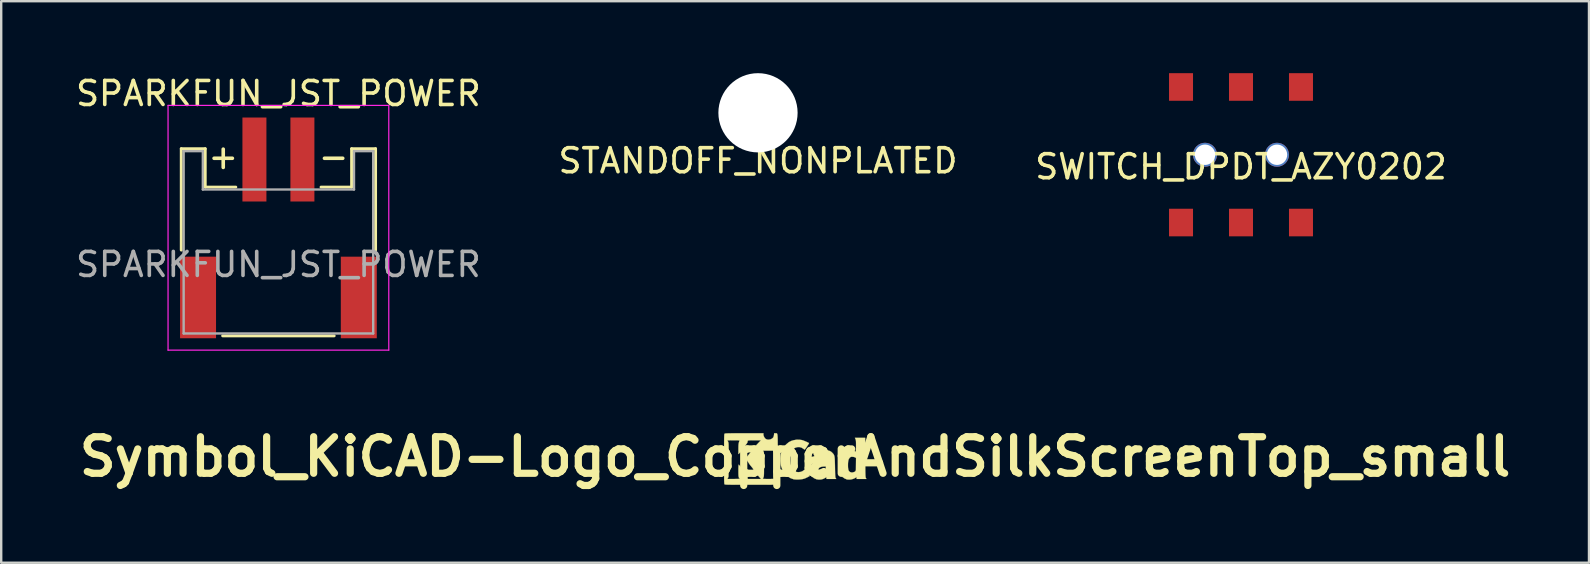
<source format=kicad_pcb>
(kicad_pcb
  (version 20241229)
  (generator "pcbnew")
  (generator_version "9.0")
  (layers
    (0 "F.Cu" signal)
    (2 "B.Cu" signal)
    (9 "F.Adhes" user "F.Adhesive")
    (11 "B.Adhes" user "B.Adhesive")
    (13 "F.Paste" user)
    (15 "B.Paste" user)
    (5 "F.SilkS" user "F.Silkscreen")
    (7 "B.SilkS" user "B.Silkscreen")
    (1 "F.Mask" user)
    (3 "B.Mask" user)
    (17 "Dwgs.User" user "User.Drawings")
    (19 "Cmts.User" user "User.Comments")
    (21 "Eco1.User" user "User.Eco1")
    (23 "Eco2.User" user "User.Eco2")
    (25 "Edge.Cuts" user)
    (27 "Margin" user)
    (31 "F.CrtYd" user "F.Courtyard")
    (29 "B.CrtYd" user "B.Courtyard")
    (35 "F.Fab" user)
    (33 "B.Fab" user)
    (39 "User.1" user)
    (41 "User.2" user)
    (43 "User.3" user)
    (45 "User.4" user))
  (footprint "SWITCH_DPDT_AZY0202"
    (layer "F.Cu")
    (at 48.673 3.4)
    (property "Reference" "SWITCH_DPDT_AZY0202" (at 0 0.5 0) (layer "F.SilkS") (effects (font (size 1 1) (thickness 0.15))))
    (attr through_hole)
    (pad "" np_thru_hole circle (at -1.5 0) (size 1 1) (drill 0.85) (layers "*.Cu" "*.Mask"))
    (pad "" np_thru_hole circle (at 1.5 0) (size 1 1) (drill 0.85) (layers "*.Cu" "*.Mask"))
    (pad "1" smd rect (at -2.5 -2.825) (size 1 1.15) (layers "F.Cu" "F.Mask" "F.Paste"))
    (pad "2" smd rect (at 0 -2.825) (size 1 1.15) (layers "F.Cu" "F.Mask" "F.Paste"))
    (pad "4" smd rect (at -2.5 2.825) (size 1 1.15) (layers "F.Cu" "F.Mask" "F.Paste"))
    (pad "5" smd rect (at 0 2.825) (size 1 1.15) (layers "F.Cu" "F.Mask" "F.Paste"))
    (pad "6" smd rect (at 2.5 -2.825) (size 1 1.15) (layers "F.Cu" "F.Mask" "F.Paste"))
    (pad "6" smd rect (at 2.5 2.825) (size 1 1.15) (layers "F.Cu" "F.Mask" "F.Paste")))
  (footprint "STANDOFF_NONPLATED"
    (layer "F.Cu")
    (at 28.542 1.651)
    (property "Reference" "STANDOFF_NONPLATED" (at 0 2 0) (layer "F.SilkS") (effects (font (size 1 1) (thickness 0.15))))
    (attr through_hole)
    (pad "" np_thru_hole circle (at 0 0) (size 3.302 3.302) (drill 3.302) (layers "*.Cu" "*.Mask")))
  (footprint "Symbol_KiCAD-Logo_CopperAndSilkScreenTop_small"
    (layer "F.Cu")
    (at 30.088 15.986)
    (property "Reference" "Symbol_KiCAD-Logo_CopperAndSilkScreenTop_small" (at 0 0 0) (layer "F.SilkS") (effects (font (size 1.524 1.524) (thickness 0.3))))
    (attr through_hole)
    (fp_poly (pts (xy -1.022 -1.137) (xy -0.963 -1.104) (xy -0.916 -1.052) (xy -0.895 -1.009) (xy -0.879 -0.94) (xy -0.884 -0.871) (xy -0.908 -0.81) (xy -0.914 -0.801) (xy -0.959 -0.757) (xy -1.018 -0.727) (xy -1.085 -0.712) (xy -1.151 -0.714) (xy -1.21 -0.734) (xy -1.22 -0.74) (xy -1.262 -0.779) (xy -1.296 -0.834) (xy -1.317 -0.892) (xy -1.321 -0.927) (xy -1.311 -0.982) (xy -1.286 -1.039) (xy -1.251 -1.088) (xy -1.223 -1.113) (xy -1.157 -1.143) (xy -1.088 -1.151) (xy -1.022 -1.137)) (stroke (width 0.01) (type solid)) (fill yes) (layer "F.Mask"))
    (fp_poly (pts (xy -0.902 0.296) (xy -0.902 0.432) (xy -0.901 0.544) (xy -0.9 0.636) (xy -0.899 0.709) (xy -0.898 0.765) (xy -0.896 0.807) (xy -0.893 0.836) (xy -0.889 0.856) (xy -0.885 0.868) (xy -0.883 0.871) (xy -0.87 0.889) (xy -0.865 0.904) (xy -0.87 0.914) (xy -0.888 0.92) (xy -0.922 0.924) (xy -0.974 0.926) (xy -1.048 0.927) (xy -1.105 0.927) (xy -1.18 0.927) (xy -1.246 0.926) (xy -1.298 0.924) (xy -1.333 0.923) (xy -1.346 0.92) (xy -1.346 0.92) (xy -1.341 0.906) (xy -1.328 0.877) (xy -1.321 0.864) (xy -1.314 0.85) (xy -1.309 0.835) (xy -1.305 0.815) (xy -1.302 0.79) (xy -1.299 0.754) (xy -1.298 0.708) (xy -1.296 0.646) (xy -1.296 0.568) (xy -1.295 0.47) (xy -1.295 0.35) (xy -1.295 0.317) (xy -1.296 0.189) (xy -1.296 0.083) (xy -1.297 -0.002) (xy -1.298 -0.069) (xy -1.3 -0.121) (xy -1.303 -0.159) (xy -1.306 -0.186) (xy -1.31 -0.205) (xy -1.315 -0.217) (xy -1.334 -0.254) (xy -0.902 -0.254) (xy -0.902 0.296)) (stroke (width 0.01) (type solid)) (fill yes) (layer "F.Mask"))
    (fp_poly (pts (xy -1.693 -0.686) (xy -1.42 -0.686) (xy -1.52 -0.585) (xy -1.685 -0.404) (xy -1.792 -0.267) (xy -1.831 -0.215) (xy -1.878 -0.155) (xy -1.928 -0.093) (xy -1.976 -0.036) (xy -2.016 0.01) (xy -2.028 0.024) (xy -2.069 0.068) (xy -2.034 0.113) (xy -1.966 0.208) (xy -1.923 0.278) (xy -1.895 0.319) (xy -1.864 0.358) (xy -1.862 0.361) (xy -1.827 0.403) (xy -1.787 0.454) (xy -1.746 0.509) (xy -1.707 0.562) (xy -1.676 0.607) (xy -1.658 0.635) (xy -1.641 0.662) (xy -1.612 0.701) (xy -1.576 0.747) (xy -1.538 0.792) (xy -1.504 0.832) (xy -1.486 0.851) (xy -1.474 0.864) (xy -1.453 0.888) (xy -1.449 0.892) (xy -1.418 0.927) (xy -1.981 0.927) (xy -1.981 0.888) (xy -1.99 0.85) (xy -2.013 0.797) (xy -2.05 0.734) (xy -2.097 0.665) (xy -2.141 0.608) (xy -2.176 0.562) (xy -2.209 0.516) (xy -2.233 0.48) (xy -2.236 0.474) (xy -2.256 0.441) (xy -2.273 0.417) (xy -2.278 0.413) (xy -2.295 0.393) (xy -2.315 0.365) (xy -2.334 0.341) (xy -2.349 0.33) (xy -2.35 0.33) (xy -2.354 0.343) (xy -2.358 0.378) (xy -2.36 0.435) (xy -2.362 0.511) (xy -2.362 0.578) (xy -2.362 0.668) (xy -2.361 0.736) (xy -2.358 0.786) (xy -2.355 0.822) (xy -2.349 0.848) (xy -2.342 0.867) (xy -2.341 0.867) (xy -2.324 0.897) (xy -2.308 0.916) (xy -2.306 0.917) (xy -2.314 0.92) (xy -2.344 0.923) (xy -2.392 0.925) (xy -2.455 0.926) (xy -2.53 0.927) (xy -2.556 0.927) (xy -2.819 0.927) (xy -2.804 0.892) (xy -2.79 0.863) (xy -2.779 0.845) (xy -2.777 0.831) (xy -2.775 0.793) (xy -2.774 0.734) (xy -2.772 0.658) (xy -2.771 0.565) (xy -2.77 0.458) (xy -2.769 0.34) (xy -2.769 0.213) (xy -2.769 0.127) (xy -2.769 -0.025) (xy -2.769 -0.154) (xy -2.769 -0.261) (xy -2.77 -0.35) (xy -2.771 -0.421) (xy -2.772 -0.478) (xy -2.774 -0.522) (xy -2.776 -0.555) (xy -2.779 -0.58) (xy -2.782 -0.598) (xy -2.786 -0.612) (xy -2.792 -0.624) (xy -2.794 -0.629) (xy -2.809 -0.66) (xy -2.818 -0.679) (xy -2.819 -0.682) (xy -2.807 -0.683) (xy -2.774 -0.684) (xy -2.722 -0.685) (xy -2.657 -0.686) (xy -2.581 -0.686) (xy -2.564 -0.686) (xy -2.477 -0.686) (xy -2.413 -0.685) (xy -2.368 -0.684) (xy -2.339 -0.681) (xy -2.323 -0.678) (xy -2.317 -0.673) (xy -2.317 -0.666) (xy -2.318 -0.664) (xy -2.335 -0.619) (xy -2.347 -0.575) (xy -2.355 -0.525) (xy -2.36 -0.465) (xy -2.362 -0.389) (xy -2.362 -0.319) (xy -2.362 -0.11) (xy -2.324 -0.146) (xy -2.3 -0.171) (xy -2.287 -0.19) (xy -2.286 -0.193) (xy -2.278 -0.206) (xy -2.259 -0.233) (xy -2.231 -0.268) (xy -2.2 -0.306) (xy -2.171 -0.341) (xy -2.147 -0.368) (xy -2.133 -0.381) (xy -2.122 -0.395) (xy -2.103 -0.423) (xy -2.089 -0.445) (xy -2.06 -0.488) (xy -2.029 -0.532) (xy -2.017 -0.546) (xy -1.995 -0.579) (xy -1.982 -0.61) (xy -1.981 -0.618) (xy -1.981 -0.64) (xy -1.978 -0.656) (xy -1.97 -0.668) (xy -1.952 -0.677) (xy -1.923 -0.682) (xy -1.879 -0.684) (xy -1.818 -0.686) (xy -1.735 -0.686) (xy -1.693 -0.686)) (stroke (width 0.01) (type solid)) (fill yes) (layer "F.Mask"))
    (fp_poly (pts (xy 0.272 -0.697) (xy 0.293 -0.692) (xy 0.328 -0.681) (xy 0.376 -0.663) (xy 0.43 -0.64) (xy 0.483 -0.617) (xy 0.531 -0.595) (xy 0.566 -0.577) (xy 0.581 -0.566) (xy 0.576 -0.555) (xy 0.56 -0.527) (xy 0.536 -0.489) (xy 0.507 -0.444) (xy 0.476 -0.398) (xy 0.446 -0.355) (xy 0.422 -0.321) (xy 0.405 -0.3) (xy 0.391 -0.301) (xy 0.365 -0.316) (xy 0.343 -0.333) (xy 0.271 -0.379) (xy 0.188 -0.402) (xy 0.109 -0.403) (xy 0.024 -0.383) (xy -0.048 -0.341) (xy -0.107 -0.279) (xy -0.152 -0.196) (xy -0.182 -0.093) (xy -0.198 0.028) (xy -0.2 0.165) (xy -0.189 0.289) (xy -0.167 0.392) (xy -0.131 0.476) (xy -0.082 0.544) (xy -0.019 0.596) (xy -0.004 0.606) (xy 0.035 0.626) (xy 0.071 0.636) (xy 0.115 0.64) (xy 0.146 0.641) (xy 0.226 0.633) (xy 0.295 0.609) (xy 0.362 0.565) (xy 0.387 0.544) (xy 0.415 0.522) (xy 0.433 0.51) (xy 0.437 0.509) (xy 0.448 0.526) (xy 0.467 0.558) (xy 0.493 0.601) (xy 0.521 0.649) (xy 0.549 0.698) (xy 0.575 0.742) (xy 0.595 0.778) (xy 0.606 0.8) (xy 0.608 0.804) (xy 0.595 0.811) (xy 0.566 0.826) (xy 0.527 0.847) (xy 0.525 0.848) (xy 0.444 0.888) (xy 0.372 0.916) (xy 0.301 0.933) (xy 0.221 0.943) (xy 0.146 0.947) (xy 0.05 0.948) (xy -0.026 0.943) (xy -0.072 0.935) (xy -0.188 0.893) (xy -0.294 0.828) (xy -0.389 0.744) (xy -0.471 0.642) (xy -0.536 0.524) (xy -0.584 0.393) (xy -0.586 0.385) (xy -0.604 0.292) (xy -0.614 0.184) (xy -0.615 0.073) (xy -0.607 -0.035) (xy -0.59 -0.129) (xy -0.586 -0.145) (xy -0.535 -0.282) (xy -0.464 -0.405) (xy -0.373 -0.513) (xy -0.265 -0.603) (xy -0.254 -0.61) (xy -0.165 -0.656) (xy -0.061 -0.689) (xy 0.051 -0.708) (xy 0.165 -0.71) (xy 0.272 -0.697)) (stroke (width 0.01) (type solid)) (fill yes) (layer "F.SilkS"))
    (fp_poly (pts (xy 2.924 0.029) (xy 2.925 0.194) (xy 2.925 0.335) (xy 2.926 0.455) (xy 2.927 0.555) (xy 2.928 0.638) (xy 2.93 0.704) (xy 2.931 0.757) (xy 2.933 0.798) (xy 2.936 0.828) (xy 2.939 0.851) (xy 2.942 0.867) (xy 2.946 0.879) (xy 2.95 0.886) (xy 2.972 0.927) (xy 2.565 0.927) (xy 2.565 0.889) (xy 2.564 0.862) (xy 2.56 0.851) (xy 2.56 0.851) (xy 2.547 0.857) (xy 2.52 0.874) (xy 2.507 0.883) (xy 2.441 0.916) (xy 2.361 0.94) (xy 2.277 0.952) (xy 2.196 0.95) (xy 2.146 0.941) (xy 2.054 0.9) (xy 1.972 0.839) (xy 1.904 0.763) (xy 1.874 0.712) (xy 1.84 0.633) (xy 1.818 0.55) (xy 1.806 0.456) (xy 1.804 0.362) (xy 1.804 0.356) (xy 2.204 0.356) (xy 2.206 0.443) (xy 2.213 0.51) (xy 2.226 0.56) (xy 2.245 0.597) (xy 2.273 0.625) (xy 2.29 0.636) (xy 2.343 0.655) (xy 2.406 0.654) (xy 2.473 0.632) (xy 2.485 0.626) (xy 2.534 0.601) (xy 2.537 0.326) (xy 2.54 0.052) (xy 2.507 0.03) (xy 2.475 0.016) (xy 2.43 0.006) (xy 2.401 0.003) (xy 2.357 0.001) (xy 2.328 0.006) (xy 2.302 0.02) (xy 2.289 0.031) (xy 2.256 0.068) (xy 2.231 0.115) (xy 2.215 0.178) (xy 2.206 0.258) (xy 2.204 0.356) (xy 1.804 0.356) (xy 1.812 0.214) (xy 1.836 0.085) (xy 1.875 -0.027) (xy 1.929 -0.119) (xy 1.999 -0.191) (xy 2.082 -0.244) (xy 2.179 -0.275) (xy 2.199 -0.279) (xy 2.257 -0.283) (xy 2.321 -0.279) (xy 2.384 -0.27) (xy 2.44 -0.255) (xy 2.484 -0.236) (xy 2.508 -0.216) (xy 2.519 -0.204) (xy 2.527 -0.206) (xy 2.532 -0.226) (xy 2.536 -0.264) (xy 2.539 -0.322) (xy 2.54 -0.403) (xy 2.54 -0.448) (xy 2.54 -0.535) (xy 2.539 -0.601) (xy 2.537 -0.649) (xy 2.533 -0.684) (xy 2.528 -0.71) (xy 2.521 -0.73) (xy 2.516 -0.74) (xy 2.492 -0.787) (xy 2.92 -0.787) (xy 2.924 0.029)) (stroke (width 0.01) (type solid)) (fill yes) (layer "F.SilkS"))
    (fp_poly (pts (xy 1.314 -0.274) (xy 1.402 -0.254) (xy 1.461 -0.232) (xy 1.508 -0.204) (xy 1.549 -0.167) (xy 1.575 -0.139) (xy 1.597 -0.114) (xy 1.615 -0.087) (xy 1.628 -0.055) (xy 1.639 -0.017) (xy 1.647 0.031) (xy 1.652 0.092) (xy 1.656 0.168) (xy 1.659 0.262) (xy 1.662 0.378) (xy 1.663 0.439) (xy 1.665 0.555) (xy 1.667 0.648) (xy 1.669 0.721) (xy 1.672 0.778) (xy 1.675 0.819) (xy 1.678 0.849) (xy 1.683 0.87) (xy 1.688 0.885) (xy 1.693 0.893) (xy 1.715 0.927) (xy 1.31 0.927) (xy 1.302 0.85) (xy 1.252 0.884) (xy 1.174 0.924) (xy 1.084 0.947) (xy 0.989 0.952) (xy 0.897 0.939) (xy 0.88 0.934) (xy 0.787 0.893) (xy 0.712 0.834) (xy 0.655 0.76) (xy 0.619 0.671) (xy 0.605 0.57) (xy 0.604 0.559) (xy 0.605 0.544) (xy 0.969 0.544) (xy 0.971 0.589) (xy 0.976 0.604) (xy 1.007 0.645) (xy 1.055 0.672) (xy 1.112 0.684) (xy 1.171 0.678) (xy 1.19 0.672) (xy 1.233 0.651) (xy 1.261 0.625) (xy 1.276 0.588) (xy 1.282 0.533) (xy 1.283 0.506) (xy 1.283 0.406) (xy 1.2 0.406) (xy 1.118 0.414) (xy 1.049 0.435) (xy 1.001 0.466) (xy 0.98 0.499) (xy 0.969 0.544) (xy 0.605 0.544) (xy 0.606 0.502) (xy 0.613 0.458) (xy 0.627 0.416) (xy 0.639 0.391) (xy 0.691 0.313) (xy 0.763 0.25) (xy 0.855 0.202) (xy 0.966 0.171) (xy 1.097 0.155) (xy 1.167 0.153) (xy 1.286 0.152) (xy 1.279 0.101) (xy 1.261 0.044) (xy 1.225 0.005) (xy 1.172 -0.017) (xy 1.102 -0.021) (xy 1.016 -0.007) (xy 0.927 0.02) (xy 0.885 0.034) (xy 0.853 0.041) (xy 0.837 0.041) (xy 0.836 0.041) (xy 0.828 0.025) (xy 0.813 -0.008) (xy 0.794 -0.052) (xy 0.774 -0.099) (xy 0.757 -0.145) (xy 0.743 -0.181) (xy 0.737 -0.202) (xy 0.737 -0.203) (xy 0.747 -0.213) (xy 0.769 -0.216) (xy 0.795 -0.219) (xy 0.838 -0.227) (xy 0.893 -0.239) (xy 0.931 -0.249) (xy 1.064 -0.274) (xy 1.193 -0.283) (xy 1.314 -0.274)) (stroke (width 0.01) (type solid)) (fill yes) (layer "F.SilkS"))
    (fp_poly (pts (xy -0.774 -0.979) (xy -0.763 -0.975) (xy -0.754 -0.967) (xy -0.747 -0.952) (xy -0.74 -0.93) (xy -0.735 -0.899) (xy -0.731 -0.856) (xy -0.728 -0.802) (xy -0.726 -0.733) (xy -0.725 -0.648) (xy -0.724 -0.546) (xy -0.724 -0.425) (xy -0.724 -0.284) (xy -0.724 -0.121) (xy -0.724 0.066) (xy -0.724 0.095) (xy -0.724 0.283) (xy -0.724 0.447) (xy -0.724 0.589) (xy -0.725 0.71) (xy -0.725 0.812) (xy -0.726 0.897) (xy -0.727 0.966) (xy -0.729 1.022) (xy -0.73 1.065) (xy -0.732 1.097) (xy -0.735 1.119) (xy -0.738 1.135) (xy -0.741 1.144) (xy -0.744 1.148) (xy -0.749 1.152) (xy -0.759 1.155) (xy -0.776 1.158) (xy -0.8 1.16) (xy -0.833 1.162) (xy -0.877 1.164) (xy -0.934 1.165) (xy -1.005 1.166) (xy -1.091 1.167) (xy -1.195 1.168) (xy -1.318 1.168) (xy -1.461 1.168) (xy -1.626 1.168) (xy -1.814 1.168) (xy -1.842 1.168) (xy -2.033 1.168) (xy -2.202 1.168) (xy -2.347 1.168) (xy -2.473 1.168) (xy -2.579 1.167) (xy -2.667 1.166) (xy -2.74 1.165) (xy -2.799 1.164) (xy -2.845 1.162) (xy -2.879 1.16) (xy -2.905 1.158) (xy -2.922 1.155) (xy -2.933 1.152) (xy -2.939 1.149) (xy -2.939 1.148) (xy -2.943 1.143) (xy -2.946 1.133) (xy -2.949 1.116) (xy -2.951 1.092) (xy -2.953 1.058) (xy -2.955 1.013) (xy -2.956 0.956) (xy -2.957 0.884) (xy -2.958 0.796) (xy -2.958 0.69) (xy -2.959 0.566) (xy -2.959 0.42) (xy -2.959 0.252) (xy -2.959 0.095) (xy -2.959 -0.092) (xy -2.959 -0.256) (xy -2.959 -0.398) (xy -2.958 -0.519) (xy -2.958 -0.622) (xy -2.957 -0.682) (xy -2.819 -0.682) (xy -2.814 -0.67) (xy -2.801 -0.643) (xy -2.794 -0.629) (xy -2.789 -0.617) (xy -2.784 -0.604) (xy -2.78 -0.588) (xy -2.777 -0.566) (xy -2.774 -0.537) (xy -2.772 -0.498) (xy -2.771 -0.447) (xy -2.77 -0.382) (xy -2.769 -0.301) (xy -2.769 -0.202) (xy -2.769 -0.083) (xy -2.769 0.059) (xy -2.769 0.127) (xy -2.769 0.259) (xy -2.769 0.383) (xy -2.77 0.497) (xy -2.771 0.599) (xy -2.773 0.687) (xy -2.774 0.757) (xy -2.776 0.809) (xy -2.778 0.838) (xy -2.779 0.845) (xy -2.791 0.865) (xy -2.804 0.892) (xy -2.819 0.927) (xy -2.556 0.927) (xy -2.478 0.926) (xy -2.411 0.925) (xy -2.358 0.923) (xy -2.322 0.921) (xy -2.306 0.918) (xy -2.306 0.917) (xy -2.321 0.9) (xy -2.339 0.871) (xy -2.341 0.867) (xy -2.349 0.849) (xy -2.354 0.824) (xy -2.358 0.788) (xy -2.361 0.739) (xy -2.362 0.672) (xy -2.362 0.583) (xy -2.362 0.578) (xy -2.362 0.49) (xy -2.36 0.418) (xy -2.357 0.367) (xy -2.353 0.337) (xy -2.35 0.33) (xy -2.335 0.34) (xy -2.316 0.363) (xy -2.315 0.365) (xy -2.295 0.394) (xy -2.278 0.413) (xy -2.262 0.431) (xy -2.242 0.462) (xy -2.236 0.474) (xy -2.215 0.508) (xy -2.183 0.552) (xy -2.148 0.599) (xy -2.141 0.608) (xy -2.087 0.679) (xy -2.041 0.747) (xy -2.007 0.809) (xy -1.987 0.859) (xy -1.981 0.888) (xy -1.981 0.927) (xy -1.418 0.927) (xy -1.424 0.92) (xy -1.346 0.92) (xy -1.334 0.922) (xy -1.301 0.924) (xy -1.249 0.926) (xy -1.185 0.927) (xy -1.11 0.927) (xy -1.105 0.927) (xy -1.017 0.927) (xy -0.951 0.925) (xy -0.906 0.923) (xy -0.878 0.919) (xy -0.865 0.914) (xy -0.864 0.911) (xy -0.871 0.889) (xy -0.883 0.871) (xy -0.888 0.861) (xy -0.891 0.845) (xy -0.895 0.82) (xy -0.897 0.783) (xy -0.899 0.733) (xy -0.9 0.667) (xy -0.901 0.583) (xy -0.901 0.479) (xy -0.902 0.353) (xy -0.902 0.296) (xy -0.902 -0.254) (xy -1.334 -0.254) (xy -1.315 -0.217) (xy -1.31 -0.204) (xy -1.306 -0.184) (xy -1.302 -0.157) (xy -1.3 -0.118) (xy -1.298 -0.066) (xy -1.297 0.002) (xy -1.296 0.089) (xy -1.296 0.196) (xy -1.295 0.317) (xy -1.295 0.443) (xy -1.296 0.546) (xy -1.296 0.629) (xy -1.297 0.694) (xy -1.299 0.744) (xy -1.301 0.782) (xy -1.304 0.81) (xy -1.308 0.831) (xy -1.313 0.846) (xy -1.319 0.86) (xy -1.321 0.864) (xy -1.336 0.895) (xy -1.345 0.917) (xy -1.346 0.92) (xy -1.424 0.92) (xy -1.449 0.892) (xy -1.471 0.868) (xy -1.485 0.852) (xy -1.486 0.851) (xy -1.515 0.819) (xy -1.551 0.777) (xy -1.588 0.731) (xy -1.622 0.687) (xy -1.648 0.651) (xy -1.658 0.635) (xy -1.678 0.603) (xy -1.71 0.558) (xy -1.749 0.504) (xy -1.791 0.449) (xy -1.831 0.399) (xy -1.862 0.361) (xy -1.892 0.323) (xy -1.92 0.281) (xy -1.923 0.278) (xy -1.986 0.178) (xy -2.034 0.113) (xy -2.069 0.068) (xy -2.028 0.024) (xy -1.993 -0.016) (xy -1.948 -0.069) (xy -1.898 -0.13) (xy -1.849 -0.191) (xy -1.806 -0.247) (xy -1.792 -0.267) (xy -1.64 -0.457) (xy -1.52 -0.585) (xy -1.42 -0.686) (xy -1.693 -0.686) (xy -1.786 -0.686) (xy -1.856 -0.685) (xy -1.907 -0.683) (xy -1.942 -0.679) (xy -1.964 -0.672) (xy -1.975 -0.662) (xy -1.98 -0.647) (xy -1.981 -0.628) (xy -1.981 -0.618) (xy -1.989 -0.591) (xy -2.009 -0.557) (xy -2.017 -0.546) (xy -2.047 -0.507) (xy -2.078 -0.462) (xy -2.089 -0.445) (xy -2.111 -0.411) (xy -2.128 -0.388) (xy -2.133 -0.381) (xy -2.148 -0.366) (xy -2.173 -0.338) (xy -2.203 -0.303) (xy -2.233 -0.265) (xy -2.26 -0.231) (xy -2.279 -0.205) (xy -2.286 -0.193) (xy -2.294 -0.179) (xy -2.315 -0.155) (xy -2.324 -0.146) (xy -2.362 -0.11) (xy -2.362 -0.319) (xy -2.361 -0.411) (xy -2.359 -0.482) (xy -2.353 -0.539) (xy -2.344 -0.587) (xy -2.331 -0.63) (xy -2.318 -0.664) (xy -2.316 -0.671) (xy -2.321 -0.677) (xy -2.334 -0.681) (xy -2.36 -0.683) (xy -2.401 -0.685) (xy -2.46 -0.686) (xy -2.541 -0.686) (xy -2.564 -0.686) (xy -2.641 -0.686) (xy -2.709 -0.685) (xy -2.764 -0.684) (xy -2.802 -0.683) (xy -2.819 -0.682) (xy -2.819 -0.682) (xy -2.957 -0.682) (xy -2.957 -0.707) (xy -2.956 -0.776) (xy -2.954 -0.831) (xy -2.953 -0.874) (xy -2.951 -0.906) (xy -2.948 -0.929) (xy -2.945 -0.944) (xy -2.942 -0.954) (xy -2.939 -0.958) (xy -2.933 -0.962) (xy -2.922 -0.966) (xy -2.904 -0.968) (xy -2.877 -0.971) (xy -2.841 -0.973) (xy -2.791 -0.975) (xy -2.728 -0.976) (xy -2.649 -0.977) (xy -2.551 -0.977) (xy -2.434 -0.978) (xy -2.296 -0.978) (xy -2.134 -0.978) (xy -1.321 -0.978) (xy -1.321 -0.93) (xy -1.311 -0.872) (xy -1.284 -0.812) (xy -1.247 -0.762) (xy -1.22 -0.74) (xy -1.164 -0.716) (xy -1.098 -0.711) (xy -1.031 -0.723) (xy -0.97 -0.75) (xy -0.921 -0.792) (xy -0.913 -0.802) (xy -0.89 -0.852) (xy -0.879 -0.91) (xy -0.873 -0.978) (xy -0.818 -0.978) (xy -0.802 -0.979) (xy -0.787 -0.979) (xy -0.774 -0.979)) (stroke (width 0.01) (type solid)) (fill yes) (layer "F.SilkS")))
  (footprint "SPARKFUN_JST_POWER"
    (layer "F.Cu")
    (at 8.554 6.473)
    (property "Reference" "SPARKFUN_JST_POWER" (at 0 -5.625 0) (layer "F.SilkS") (effects (font (size 1 1) (thickness 0.15))))
    (attr smd)
    (fp_line (start -4.05 -3.325) (end -4.05 0.9) (stroke (width 0.12) (type solid)) (layer "F.SilkS"))
    (fp_line (start -3.05 -3.325) (end -4.05 -3.325) (stroke (width 0.12) (type solid)) (layer "F.SilkS"))
    (fp_line (start -3.05 -1.725) (end -3.05 -3.325) (stroke (width 0.12) (type solid)) (layer "F.SilkS"))
    (fp_line (start -2.325 4.475) (end 2.325 4.475) (stroke (width 0.12) (type solid)) (layer "F.SilkS"))
    (fp_line (start -1.775 -1.725) (end -3.05 -1.725) (stroke (width 0.12) (type solid)) (layer "F.SilkS"))
    (fp_line (start 3.05 -3.325) (end 3.05 -1.725) (stroke (width 0.12) (type solid)) (layer "F.SilkS"))
    (fp_line (start 3.05 -1.725) (end 1.775 -1.725) (stroke (width 0.12) (type solid)) (layer "F.SilkS"))
    (fp_line (start 4.05 -3.325) (end 3.05 -3.325) (stroke (width 0.12) (type solid)) (layer "F.SilkS"))
    (fp_line (start 4.05 0.9) (end 4.05 -3.325) (stroke (width 0.12) (type solid)) (layer "F.SilkS"))
    (fp_line (start -4.6 -5.13) (end -4.6 5.07) (stroke (width 0.05) (type solid)) (layer "F.CrtYd"))
    (fp_line (start -4.6 5.07) (end 4.6 5.07) (stroke (width 0.05) (type solid)) (layer "F.CrtYd"))
    (fp_line (start 4.6 -5.13) (end -4.6 -5.13) (stroke (width 0.05) (type solid)) (layer "F.CrtYd"))
    (fp_line (start 4.6 5.07) (end 4.6 -5.13) (stroke (width 0.05) (type solid)) (layer "F.CrtYd"))
    (fp_line (start -3.95 -3.225) (end -3.95 4.375) (stroke (width 0.1) (type solid)) (layer "F.Fab"))
    (fp_line (start -3.95 4.375) (end 3.95 4.375) (stroke (width 0.1) (type solid)) (layer "F.Fab"))
    (fp_line (start -3.15 -3.225) (end -3.95 -3.225) (stroke (width 0.1) (type solid)) (layer "F.Fab"))
    (fp_line (start -3.15 -1.625) (end -3.15 -3.225) (stroke (width 0.1) (type solid)) (layer "F.Fab"))
    (fp_line (start 3.15 -3.225) (end 3.15 -1.625) (stroke (width 0.1) (type solid)) (layer "F.Fab"))
    (fp_line (start 3.15 -1.625) (end -3.15 -1.625) (stroke (width 0.1) (type solid)) (layer "F.Fab"))
    (fp_line (start 3.95 -3.225) (end 3.15 -3.225) (stroke (width 0.1) (type solid)) (layer "F.Fab"))
    (fp_line (start 3.95 4.375) (end 3.95 -3.225) (stroke (width 0.1) (type solid)) (layer "F.Fab"))
    (fp_text user "-" (at 2.3 -3 0) (layer "F.SilkS") (effects (font (size 1 1) (thickness 0.15))))
    (fp_text user "+" (at -2.3 -3 0) (layer "F.SilkS") (effects (font (size 1 1) (thickness 0.15))))
    (fp_text user "${REFERENCE}" (at 0 1.5 0) (layer "F.Fab") (effects (font (size 1 1) (thickness 0.15))))
    (pad "" smd rect (at -3.35 2.875) (size 1.5 3.4) (layers "F.Cu" "F.Mask" "F.Paste"))
    (pad "" smd rect (at 3.35 2.875) (size 1.5 3.4) (layers "F.Cu" "F.Mask" "F.Paste"))
    (pad "+" smd rect (at -1 -2.875) (size 1 3.5) (layers "F.Cu" "F.Mask" "F.Paste"))
    (pad "-" smd rect (at 1 -2.875) (size 1 3.5) (layers "F.Cu" "F.Mask" "F.Paste")))
  (gr_rect
    (start -3 -3)
    (end 63.176 20.404)
    (stroke (width 0.1) (type default))
    (fill no)
    (layer "Edge.Cuts")))
</source>
